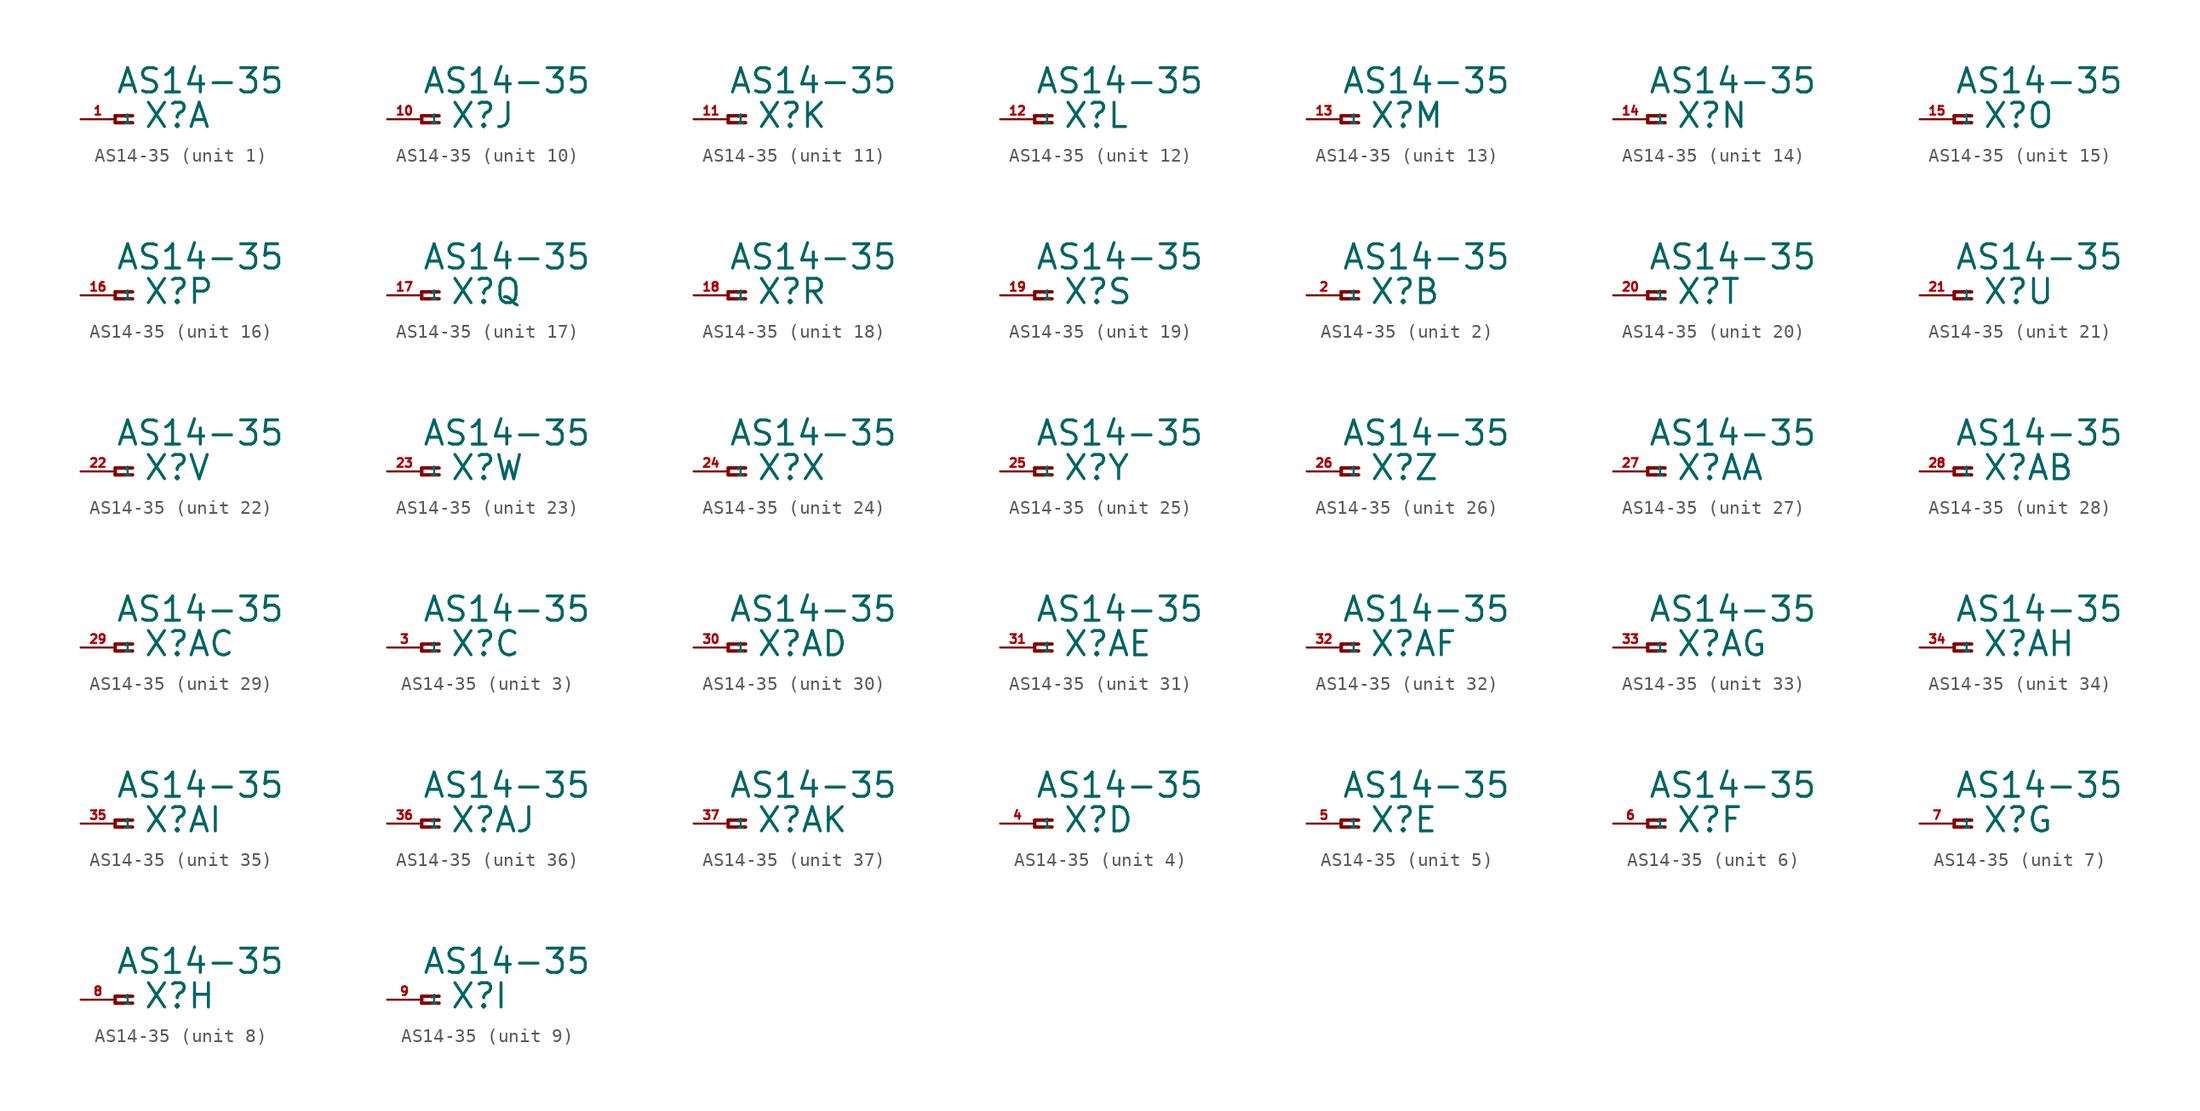
<source format=kicad_sym>
(kicad_symbol_lib
  (version 20220914)
  (generator Eagle2Kicad)
  (symbol "AS14-35"
    (property "Reference" "X"
      (at 2.032 -0.762 0)
      (effects (font (size 1.778 1.778) (thickness 0.22)) (justify left bottom)))
    (property "Value" "AS14-35"
      (at 0 1.778 0)
      (effects (font (size 1.778 1.778) (thickness 0.22)) (justify left bottom)))
    (symbol "AS14-35_1_0"
      (polyline (pts (xy 1.27 0.254) (xy 0 0.254)) (stroke (width 0.254) (type default)) (fill (type none)))
      (polyline (pts (xy 0 0.254) (xy 0 -0.254)) (stroke (width 0.254) (type default)) (fill (type none)))
      (polyline (pts (xy 0 -0.254) (xy 1.27 -0.254)) (stroke (width 0.254) (type default)) (fill (type none)))
      (pin passive line (at -2.54 0 0) (length 2.54) (name "1" (effects (font (size 0.635 0.635) (thickness 0.08)) (justify left bottom))) (number "1" (effects (font (size 0.635 0.635) (thickness 0.08)) (justify left bottom)))))
    (symbol "AS14-35_2_0"
      (polyline (pts (xy 1.27 0.254) (xy 0 0.254)) (stroke (width 0.254) (type default)) (fill (type none)))
      (polyline (pts (xy 0 0.254) (xy 0 -0.254)) (stroke (width 0.254) (type default)) (fill (type none)))
      (polyline (pts (xy 0 -0.254) (xy 1.27 -0.254)) (stroke (width 0.254) (type default)) (fill (type none)))
      (pin passive line (at -2.54 0 0) (length 2.54) (name "1" (effects (font (size 0.635 0.635) (thickness 0.08)) (justify left bottom))) (number "2" (effects (font (size 0.635 0.635) (thickness 0.08)) (justify left bottom)))))
    (symbol "AS14-35_3_0"
      (polyline (pts (xy 1.27 0.254) (xy 0 0.254)) (stroke (width 0.254) (type default)) (fill (type none)))
      (polyline (pts (xy 0 0.254) (xy 0 -0.254)) (stroke (width 0.254) (type default)) (fill (type none)))
      (polyline (pts (xy 0 -0.254) (xy 1.27 -0.254)) (stroke (width 0.254) (type default)) (fill (type none)))
      (pin passive line (at -2.54 0 0) (length 2.54) (name "1" (effects (font (size 0.635 0.635) (thickness 0.08)) (justify left bottom))) (number "3" (effects (font (size 0.635 0.635) (thickness 0.08)) (justify left bottom)))))
    (symbol "AS14-35_4_0"
      (polyline (pts (xy 1.27 0.254) (xy 0 0.254)) (stroke (width 0.254) (type default)) (fill (type none)))
      (polyline (pts (xy 0 0.254) (xy 0 -0.254)) (stroke (width 0.254) (type default)) (fill (type none)))
      (polyline (pts (xy 0 -0.254) (xy 1.27 -0.254)) (stroke (width 0.254) (type default)) (fill (type none)))
      (pin passive line (at -2.54 0 0) (length 2.54) (name "1" (effects (font (size 0.635 0.635) (thickness 0.08)) (justify left bottom))) (number "4" (effects (font (size 0.635 0.635) (thickness 0.08)) (justify left bottom)))))
    (symbol "AS14-35_5_0"
      (polyline (pts (xy 1.27 0.254) (xy 0 0.254)) (stroke (width 0.254) (type default)) (fill (type none)))
      (polyline (pts (xy 0 0.254) (xy 0 -0.254)) (stroke (width 0.254) (type default)) (fill (type none)))
      (polyline (pts (xy 0 -0.254) (xy 1.27 -0.254)) (stroke (width 0.254) (type default)) (fill (type none)))
      (pin passive line (at -2.54 0 0) (length 2.54) (name "1" (effects (font (size 0.635 0.635) (thickness 0.08)) (justify left bottom))) (number "5" (effects (font (size 0.635 0.635) (thickness 0.08)) (justify left bottom)))))
    (symbol "AS14-35_6_0"
      (polyline (pts (xy 1.27 0.254) (xy 0 0.254)) (stroke (width 0.254) (type default)) (fill (type none)))
      (polyline (pts (xy 0 0.254) (xy 0 -0.254)) (stroke (width 0.254) (type default)) (fill (type none)))
      (polyline (pts (xy 0 -0.254) (xy 1.27 -0.254)) (stroke (width 0.254) (type default)) (fill (type none)))
      (pin passive line (at -2.54 0 0) (length 2.54) (name "1" (effects (font (size 0.635 0.635) (thickness 0.08)) (justify left bottom))) (number "6" (effects (font (size 0.635 0.635) (thickness 0.08)) (justify left bottom)))))
    (symbol "AS14-35_7_0"
      (polyline (pts (xy 1.27 0.254) (xy 0 0.254)) (stroke (width 0.254) (type default)) (fill (type none)))
      (polyline (pts (xy 0 0.254) (xy 0 -0.254)) (stroke (width 0.254) (type default)) (fill (type none)))
      (polyline (pts (xy 0 -0.254) (xy 1.27 -0.254)) (stroke (width 0.254) (type default)) (fill (type none)))
      (pin passive line (at -2.54 0 0) (length 2.54) (name "1" (effects (font (size 0.635 0.635) (thickness 0.08)) (justify left bottom))) (number "7" (effects (font (size 0.635 0.635) (thickness 0.08)) (justify left bottom)))))
    (symbol "AS14-35_8_0"
      (polyline (pts (xy 1.27 0.254) (xy 0 0.254)) (stroke (width 0.254) (type default)) (fill (type none)))
      (polyline (pts (xy 0 0.254) (xy 0 -0.254)) (stroke (width 0.254) (type default)) (fill (type none)))
      (polyline (pts (xy 0 -0.254) (xy 1.27 -0.254)) (stroke (width 0.254) (type default)) (fill (type none)))
      (pin passive line (at -2.54 0 0) (length 2.54) (name "1" (effects (font (size 0.635 0.635) (thickness 0.08)) (justify left bottom))) (number "8" (effects (font (size 0.635 0.635) (thickness 0.08)) (justify left bottom)))))
    (symbol "AS14-35_9_0"
      (polyline (pts (xy 1.27 0.254) (xy 0 0.254)) (stroke (width 0.254) (type default)) (fill (type none)))
      (polyline (pts (xy 0 0.254) (xy 0 -0.254)) (stroke (width 0.254) (type default)) (fill (type none)))
      (polyline (pts (xy 0 -0.254) (xy 1.27 -0.254)) (stroke (width 0.254) (type default)) (fill (type none)))
      (pin passive line (at -2.54 0 0) (length 2.54) (name "1" (effects (font (size 0.635 0.635) (thickness 0.08)) (justify left bottom))) (number "9" (effects (font (size 0.635 0.635) (thickness 0.08)) (justify left bottom)))))
    (symbol "AS14-35_10_0"
      (polyline (pts (xy 1.27 0.254) (xy 0 0.254)) (stroke (width 0.254) (type default)) (fill (type none)))
      (polyline (pts (xy 0 0.254) (xy 0 -0.254)) (stroke (width 0.254) (type default)) (fill (type none)))
      (polyline (pts (xy 0 -0.254) (xy 1.27 -0.254)) (stroke (width 0.254) (type default)) (fill (type none)))
      (pin passive line (at -2.54 0 0) (length 2.54) (name "1" (effects (font (size 0.635 0.635) (thickness 0.08)) (justify left bottom))) (number "10" (effects (font (size 0.635 0.635) (thickness 0.08)) (justify left bottom)))))
    (symbol "AS14-35_11_0"
      (polyline (pts (xy 1.27 0.254) (xy 0 0.254)) (stroke (width 0.254) (type default)) (fill (type none)))
      (polyline (pts (xy 0 0.254) (xy 0 -0.254)) (stroke (width 0.254) (type default)) (fill (type none)))
      (polyline (pts (xy 0 -0.254) (xy 1.27 -0.254)) (stroke (width 0.254) (type default)) (fill (type none)))
      (pin passive line (at -2.54 0 0) (length 2.54) (name "1" (effects (font (size 0.635 0.635) (thickness 0.08)) (justify left bottom))) (number "11" (effects (font (size 0.635 0.635) (thickness 0.08)) (justify left bottom)))))
    (symbol "AS14-35_12_0"
      (polyline (pts (xy 1.27 0.254) (xy 0 0.254)) (stroke (width 0.254) (type default)) (fill (type none)))
      (polyline (pts (xy 0 0.254) (xy 0 -0.254)) (stroke (width 0.254) (type default)) (fill (type none)))
      (polyline (pts (xy 0 -0.254) (xy 1.27 -0.254)) (stroke (width 0.254) (type default)) (fill (type none)))
      (pin passive line (at -2.54 0 0) (length 2.54) (name "1" (effects (font (size 0.635 0.635) (thickness 0.08)) (justify left bottom))) (number "12" (effects (font (size 0.635 0.635) (thickness 0.08)) (justify left bottom)))))
    (symbol "AS14-35_13_0"
      (polyline (pts (xy 1.27 0.254) (xy 0 0.254)) (stroke (width 0.254) (type default)) (fill (type none)))
      (polyline (pts (xy 0 0.254) (xy 0 -0.254)) (stroke (width 0.254) (type default)) (fill (type none)))
      (polyline (pts (xy 0 -0.254) (xy 1.27 -0.254)) (stroke (width 0.254) (type default)) (fill (type none)))
      (pin passive line (at -2.54 0 0) (length 2.54) (name "1" (effects (font (size 0.635 0.635) (thickness 0.08)) (justify left bottom))) (number "13" (effects (font (size 0.635 0.635) (thickness 0.08)) (justify left bottom)))))
    (symbol "AS14-35_14_0"
      (polyline (pts (xy 1.27 0.254) (xy 0 0.254)) (stroke (width 0.254) (type default)) (fill (type none)))
      (polyline (pts (xy 0 0.254) (xy 0 -0.254)) (stroke (width 0.254) (type default)) (fill (type none)))
      (polyline (pts (xy 0 -0.254) (xy 1.27 -0.254)) (stroke (width 0.254) (type default)) (fill (type none)))
      (pin passive line (at -2.54 0 0) (length 2.54) (name "1" (effects (font (size 0.635 0.635) (thickness 0.08)) (justify left bottom))) (number "14" (effects (font (size 0.635 0.635) (thickness 0.08)) (justify left bottom)))))
    (symbol "AS14-35_15_0"
      (polyline (pts (xy 1.27 0.254) (xy 0 0.254)) (stroke (width 0.254) (type default)) (fill (type none)))
      (polyline (pts (xy 0 0.254) (xy 0 -0.254)) (stroke (width 0.254) (type default)) (fill (type none)))
      (polyline (pts (xy 0 -0.254) (xy 1.27 -0.254)) (stroke (width 0.254) (type default)) (fill (type none)))
      (pin passive line (at -2.54 0 0) (length 2.54) (name "1" (effects (font (size 0.635 0.635) (thickness 0.08)) (justify left bottom))) (number "15" (effects (font (size 0.635 0.635) (thickness 0.08)) (justify left bottom)))))
    (symbol "AS14-35_16_0"
      (polyline (pts (xy 1.27 0.254) (xy 0 0.254)) (stroke (width 0.254) (type default)) (fill (type none)))
      (polyline (pts (xy 0 0.254) (xy 0 -0.254)) (stroke (width 0.254) (type default)) (fill (type none)))
      (polyline (pts (xy 0 -0.254) (xy 1.27 -0.254)) (stroke (width 0.254) (type default)) (fill (type none)))
      (pin passive line (at -2.54 0 0) (length 2.54) (name "1" (effects (font (size 0.635 0.635) (thickness 0.08)) (justify left bottom))) (number "16" (effects (font (size 0.635 0.635) (thickness 0.08)) (justify left bottom)))))
    (symbol "AS14-35_17_0"
      (polyline (pts (xy 1.27 0.254) (xy 0 0.254)) (stroke (width 0.254) (type default)) (fill (type none)))
      (polyline (pts (xy 0 0.254) (xy 0 -0.254)) (stroke (width 0.254) (type default)) (fill (type none)))
      (polyline (pts (xy 0 -0.254) (xy 1.27 -0.254)) (stroke (width 0.254) (type default)) (fill (type none)))
      (pin passive line (at -2.54 0 0) (length 2.54) (name "1" (effects (font (size 0.635 0.635) (thickness 0.08)) (justify left bottom))) (number "17" (effects (font (size 0.635 0.635) (thickness 0.08)) (justify left bottom)))))
    (symbol "AS14-35_18_0"
      (polyline (pts (xy 1.27 0.254) (xy 0 0.254)) (stroke (width 0.254) (type default)) (fill (type none)))
      (polyline (pts (xy 0 0.254) (xy 0 -0.254)) (stroke (width 0.254) (type default)) (fill (type none)))
      (polyline (pts (xy 0 -0.254) (xy 1.27 -0.254)) (stroke (width 0.254) (type default)) (fill (type none)))
      (pin passive line (at -2.54 0 0) (length 2.54) (name "1" (effects (font (size 0.635 0.635) (thickness 0.08)) (justify left bottom))) (number "18" (effects (font (size 0.635 0.635) (thickness 0.08)) (justify left bottom)))))
    (symbol "AS14-35_19_0"
      (polyline (pts (xy 1.27 0.254) (xy 0 0.254)) (stroke (width 0.254) (type default)) (fill (type none)))
      (polyline (pts (xy 0 0.254) (xy 0 -0.254)) (stroke (width 0.254) (type default)) (fill (type none)))
      (polyline (pts (xy 0 -0.254) (xy 1.27 -0.254)) (stroke (width 0.254) (type default)) (fill (type none)))
      (pin passive line (at -2.54 0 0) (length 2.54) (name "1" (effects (font (size 0.635 0.635) (thickness 0.08)) (justify left bottom))) (number "19" (effects (font (size 0.635 0.635) (thickness 0.08)) (justify left bottom)))))
    (symbol "AS14-35_20_0"
      (polyline (pts (xy 1.27 0.254) (xy 0 0.254)) (stroke (width 0.254) (type default)) (fill (type none)))
      (polyline (pts (xy 0 0.254) (xy 0 -0.254)) (stroke (width 0.254) (type default)) (fill (type none)))
      (polyline (pts (xy 0 -0.254) (xy 1.27 -0.254)) (stroke (width 0.254) (type default)) (fill (type none)))
      (pin passive line (at -2.54 0 0) (length 2.54) (name "1" (effects (font (size 0.635 0.635) (thickness 0.08)) (justify left bottom))) (number "20" (effects (font (size 0.635 0.635) (thickness 0.08)) (justify left bottom)))))
    (symbol "AS14-35_21_0"
      (polyline (pts (xy 1.27 0.254) (xy 0 0.254)) (stroke (width 0.254) (type default)) (fill (type none)))
      (polyline (pts (xy 0 0.254) (xy 0 -0.254)) (stroke (width 0.254) (type default)) (fill (type none)))
      (polyline (pts (xy 0 -0.254) (xy 1.27 -0.254)) (stroke (width 0.254) (type default)) (fill (type none)))
      (pin passive line (at -2.54 0 0) (length 2.54) (name "1" (effects (font (size 0.635 0.635) (thickness 0.08)) (justify left bottom))) (number "21" (effects (font (size 0.635 0.635) (thickness 0.08)) (justify left bottom)))))
    (symbol "AS14-35_22_0"
      (polyline (pts (xy 1.27 0.254) (xy 0 0.254)) (stroke (width 0.254) (type default)) (fill (type none)))
      (polyline (pts (xy 0 0.254) (xy 0 -0.254)) (stroke (width 0.254) (type default)) (fill (type none)))
      (polyline (pts (xy 0 -0.254) (xy 1.27 -0.254)) (stroke (width 0.254) (type default)) (fill (type none)))
      (pin passive line (at -2.54 0 0) (length 2.54) (name "1" (effects (font (size 0.635 0.635) (thickness 0.08)) (justify left bottom))) (number "22" (effects (font (size 0.635 0.635) (thickness 0.08)) (justify left bottom)))))
    (symbol "AS14-35_23_0"
      (polyline (pts (xy 1.27 0.254) (xy 0 0.254)) (stroke (width 0.254) (type default)) (fill (type none)))
      (polyline (pts (xy 0 0.254) (xy 0 -0.254)) (stroke (width 0.254) (type default)) (fill (type none)))
      (polyline (pts (xy 0 -0.254) (xy 1.27 -0.254)) (stroke (width 0.254) (type default)) (fill (type none)))
      (pin passive line (at -2.54 0 0) (length 2.54) (name "1" (effects (font (size 0.635 0.635) (thickness 0.08)) (justify left bottom))) (number "23" (effects (font (size 0.635 0.635) (thickness 0.08)) (justify left bottom)))))
    (symbol "AS14-35_24_0"
      (polyline (pts (xy 1.27 0.254) (xy 0 0.254)) (stroke (width 0.254) (type default)) (fill (type none)))
      (polyline (pts (xy 0 0.254) (xy 0 -0.254)) (stroke (width 0.254) (type default)) (fill (type none)))
      (polyline (pts (xy 0 -0.254) (xy 1.27 -0.254)) (stroke (width 0.254) (type default)) (fill (type none)))
      (pin passive line (at -2.54 0 0) (length 2.54) (name "1" (effects (font (size 0.635 0.635) (thickness 0.08)) (justify left bottom))) (number "24" (effects (font (size 0.635 0.635) (thickness 0.08)) (justify left bottom)))))
    (symbol "AS14-35_25_0"
      (polyline (pts (xy 1.27 0.254) (xy 0 0.254)) (stroke (width 0.254) (type default)) (fill (type none)))
      (polyline (pts (xy 0 0.254) (xy 0 -0.254)) (stroke (width 0.254) (type default)) (fill (type none)))
      (polyline (pts (xy 0 -0.254) (xy 1.27 -0.254)) (stroke (width 0.254) (type default)) (fill (type none)))
      (pin passive line (at -2.54 0 0) (length 2.54) (name "1" (effects (font (size 0.635 0.635) (thickness 0.08)) (justify left bottom))) (number "25" (effects (font (size 0.635 0.635) (thickness 0.08)) (justify left bottom)))))
    (symbol "AS14-35_26_0"
      (polyline (pts (xy 1.27 0.254) (xy 0 0.254)) (stroke (width 0.254) (type default)) (fill (type none)))
      (polyline (pts (xy 0 0.254) (xy 0 -0.254)) (stroke (width 0.254) (type default)) (fill (type none)))
      (polyline (pts (xy 0 -0.254) (xy 1.27 -0.254)) (stroke (width 0.254) (type default)) (fill (type none)))
      (pin passive line (at -2.54 0 0) (length 2.54) (name "1" (effects (font (size 0.635 0.635) (thickness 0.08)) (justify left bottom))) (number "26" (effects (font (size 0.635 0.635) (thickness 0.08)) (justify left bottom)))))
    (symbol "AS14-35_27_0"
      (polyline (pts (xy 1.27 0.254) (xy 0 0.254)) (stroke (width 0.254) (type default)) (fill (type none)))
      (polyline (pts (xy 0 0.254) (xy 0 -0.254)) (stroke (width 0.254) (type default)) (fill (type none)))
      (polyline (pts (xy 0 -0.254) (xy 1.27 -0.254)) (stroke (width 0.254) (type default)) (fill (type none)))
      (pin passive line (at -2.54 0 0) (length 2.54) (name "1" (effects (font (size 0.635 0.635) (thickness 0.08)) (justify left bottom))) (number "27" (effects (font (size 0.635 0.635) (thickness 0.08)) (justify left bottom)))))
    (symbol "AS14-35_28_0"
      (polyline (pts (xy 1.27 0.254) (xy 0 0.254)) (stroke (width 0.254) (type default)) (fill (type none)))
      (polyline (pts (xy 0 0.254) (xy 0 -0.254)) (stroke (width 0.254) (type default)) (fill (type none)))
      (polyline (pts (xy 0 -0.254) (xy 1.27 -0.254)) (stroke (width 0.254) (type default)) (fill (type none)))
      (pin passive line (at -2.54 0 0) (length 2.54) (name "1" (effects (font (size 0.635 0.635) (thickness 0.08)) (justify left bottom))) (number "28" (effects (font (size 0.635 0.635) (thickness 0.08)) (justify left bottom)))))
    (symbol "AS14-35_29_0"
      (polyline (pts (xy 1.27 0.254) (xy 0 0.254)) (stroke (width 0.254) (type default)) (fill (type none)))
      (polyline (pts (xy 0 0.254) (xy 0 -0.254)) (stroke (width 0.254) (type default)) (fill (type none)))
      (polyline (pts (xy 0 -0.254) (xy 1.27 -0.254)) (stroke (width 0.254) (type default)) (fill (type none)))
      (pin passive line (at -2.54 0 0) (length 2.54) (name "1" (effects (font (size 0.635 0.635) (thickness 0.08)) (justify left bottom))) (number "29" (effects (font (size 0.635 0.635) (thickness 0.08)) (justify left bottom)))))
    (symbol "AS14-35_30_0"
      (polyline (pts (xy 1.27 0.254) (xy 0 0.254)) (stroke (width 0.254) (type default)) (fill (type none)))
      (polyline (pts (xy 0 0.254) (xy 0 -0.254)) (stroke (width 0.254) (type default)) (fill (type none)))
      (polyline (pts (xy 0 -0.254) (xy 1.27 -0.254)) (stroke (width 0.254) (type default)) (fill (type none)))
      (pin passive line (at -2.54 0 0) (length 2.54) (name "1" (effects (font (size 0.635 0.635) (thickness 0.08)) (justify left bottom))) (number "30" (effects (font (size 0.635 0.635) (thickness 0.08)) (justify left bottom)))))
    (symbol "AS14-35_31_0"
      (polyline (pts (xy 1.27 0.254) (xy 0 0.254)) (stroke (width 0.254) (type default)) (fill (type none)))
      (polyline (pts (xy 0 0.254) (xy 0 -0.254)) (stroke (width 0.254) (type default)) (fill (type none)))
      (polyline (pts (xy 0 -0.254) (xy 1.27 -0.254)) (stroke (width 0.254) (type default)) (fill (type none)))
      (pin passive line (at -2.54 0 0) (length 2.54) (name "1" (effects (font (size 0.635 0.635) (thickness 0.08)) (justify left bottom))) (number "31" (effects (font (size 0.635 0.635) (thickness 0.08)) (justify left bottom)))))
    (symbol "AS14-35_32_0"
      (polyline (pts (xy 1.27 0.254) (xy 0 0.254)) (stroke (width 0.254) (type default)) (fill (type none)))
      (polyline (pts (xy 0 0.254) (xy 0 -0.254)) (stroke (width 0.254) (type default)) (fill (type none)))
      (polyline (pts (xy 0 -0.254) (xy 1.27 -0.254)) (stroke (width 0.254) (type default)) (fill (type none)))
      (pin passive line (at -2.54 0 0) (length 2.54) (name "1" (effects (font (size 0.635 0.635) (thickness 0.08)) (justify left bottom))) (number "32" (effects (font (size 0.635 0.635) (thickness 0.08)) (justify left bottom)))))
    (symbol "AS14-35_33_0"
      (polyline (pts (xy 1.27 0.254) (xy 0 0.254)) (stroke (width 0.254) (type default)) (fill (type none)))
      (polyline (pts (xy 0 0.254) (xy 0 -0.254)) (stroke (width 0.254) (type default)) (fill (type none)))
      (polyline (pts (xy 0 -0.254) (xy 1.27 -0.254)) (stroke (width 0.254) (type default)) (fill (type none)))
      (pin passive line (at -2.54 0 0) (length 2.54) (name "1" (effects (font (size 0.635 0.635) (thickness 0.08)) (justify left bottom))) (number "33" (effects (font (size 0.635 0.635) (thickness 0.08)) (justify left bottom)))))
    (symbol "AS14-35_34_0"
      (polyline (pts (xy 1.27 0.254) (xy 0 0.254)) (stroke (width 0.254) (type default)) (fill (type none)))
      (polyline (pts (xy 0 0.254) (xy 0 -0.254)) (stroke (width 0.254) (type default)) (fill (type none)))
      (polyline (pts (xy 0 -0.254) (xy 1.27 -0.254)) (stroke (width 0.254) (type default)) (fill (type none)))
      (pin passive line (at -2.54 0 0) (length 2.54) (name "1" (effects (font (size 0.635 0.635) (thickness 0.08)) (justify left bottom))) (number "34" (effects (font (size 0.635 0.635) (thickness 0.08)) (justify left bottom)))))
    (symbol "AS14-35_35_0"
      (polyline (pts (xy 1.27 0.254) (xy 0 0.254)) (stroke (width 0.254) (type default)) (fill (type none)))
      (polyline (pts (xy 0 0.254) (xy 0 -0.254)) (stroke (width 0.254) (type default)) (fill (type none)))
      (polyline (pts (xy 0 -0.254) (xy 1.27 -0.254)) (stroke (width 0.254) (type default)) (fill (type none)))
      (pin passive line (at -2.54 0 0) (length 2.54) (name "1" (effects (font (size 0.635 0.635) (thickness 0.08)) (justify left bottom))) (number "35" (effects (font (size 0.635 0.635) (thickness 0.08)) (justify left bottom)))))
    (symbol "AS14-35_36_0"
      (polyline (pts (xy 1.27 0.254) (xy 0 0.254)) (stroke (width 0.254) (type default)) (fill (type none)))
      (polyline (pts (xy 0 0.254) (xy 0 -0.254)) (stroke (width 0.254) (type default)) (fill (type none)))
      (polyline (pts (xy 0 -0.254) (xy 1.27 -0.254)) (stroke (width 0.254) (type default)) (fill (type none)))
      (pin passive line (at -2.54 0 0) (length 2.54) (name "1" (effects (font (size 0.635 0.635) (thickness 0.08)) (justify left bottom))) (number "36" (effects (font (size 0.635 0.635) (thickness 0.08)) (justify left bottom)))))
    (symbol "AS14-35_37_0"
      (polyline (pts (xy 1.27 0.254) (xy 0 0.254)) (stroke (width 0.254) (type default)) (fill (type none)))
      (polyline (pts (xy 0 0.254) (xy 0 -0.254)) (stroke (width 0.254) (type default)) (fill (type none)))
      (polyline (pts (xy 0 -0.254) (xy 1.27 -0.254)) (stroke (width 0.254) (type default)) (fill (type none)))
      (pin passive line (at -2.54 0 0) (length 2.54) (name "1" (effects (font (size 0.635 0.635) (thickness 0.08)) (justify left bottom))) (number "37" (effects (font (size 0.635 0.635) (thickness 0.08)) (justify left bottom)))))))
</source>
